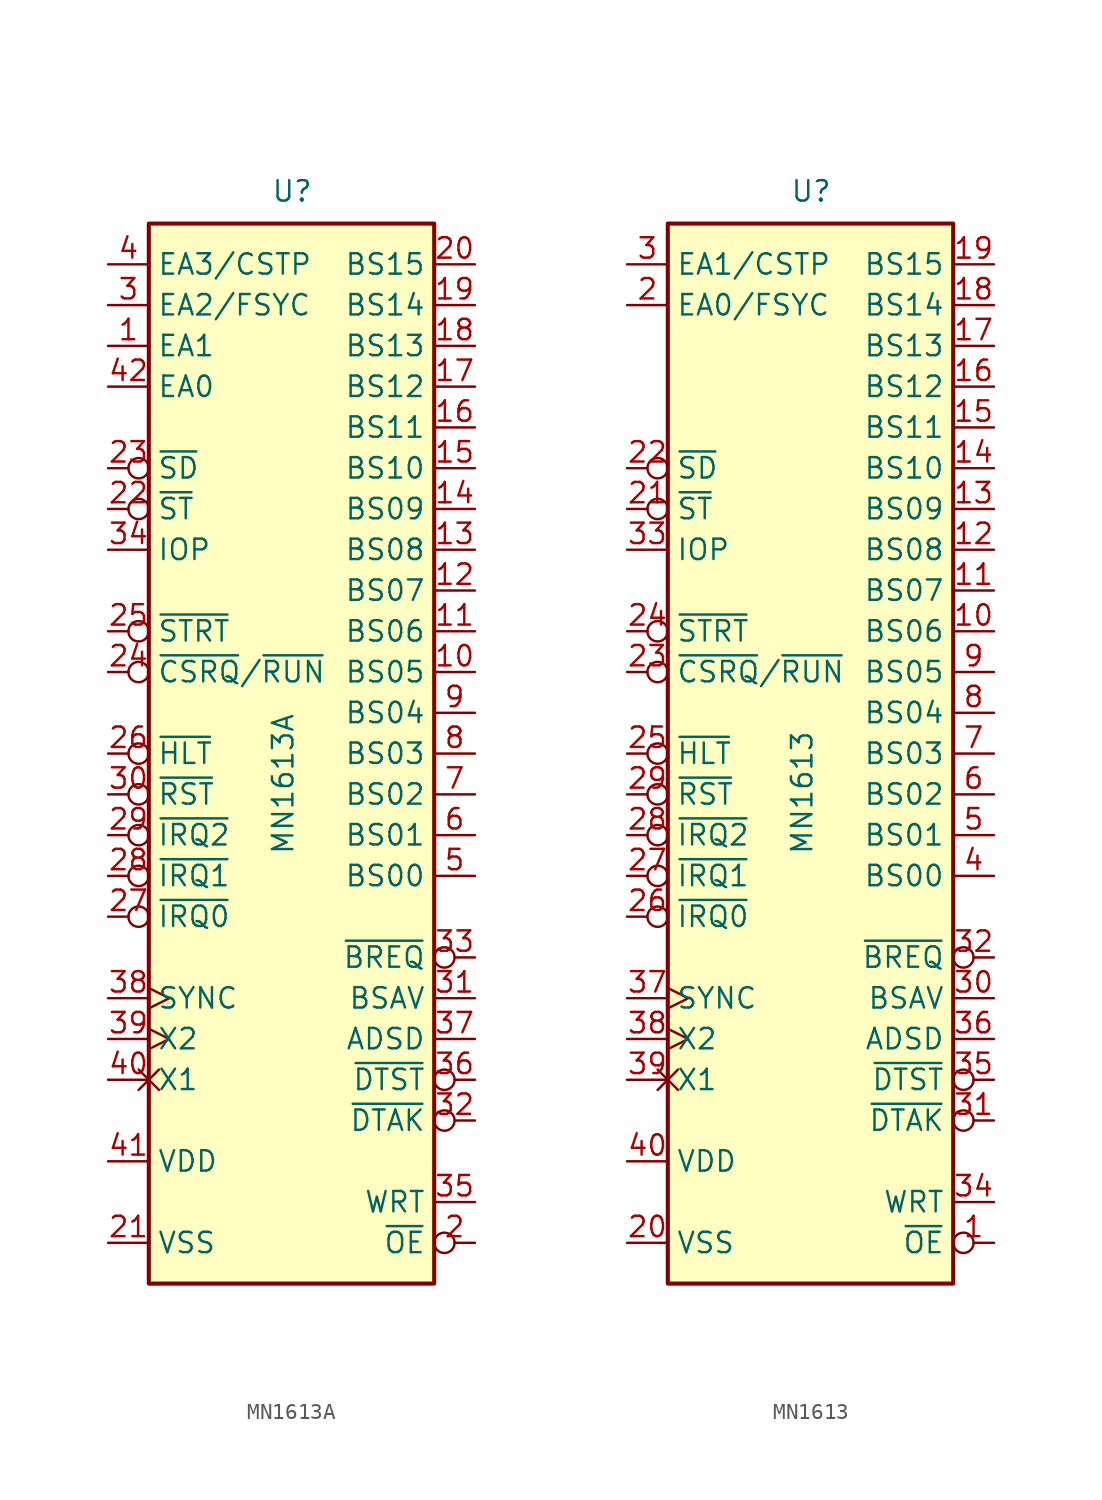
<source format=kicad_sym>
(kicad_symbol_lib
  (version 20220914)
  (generator kicad_symbol_editor)
  (symbol "MN1613A"
    (property "Reference" "U"
      (at -1.27 34.29 0)
      (effects (font (size 1.27 1.27)) (justify left bottom)))
    (property "Value" "MN1613A"
      (at -1.27 -6.35 90)
      (effects (font (size 1.27 1.27)) (justify left top)))
    (symbol "MN1613A_0_0"
      (pin output line (at -11.43 25.4 0) (length 2.54) (name "EA1" (effects (font (size 1.27 1.27)))) (number "1" (effects (font (size 1.27 1.27)))))
      (pin output line (at -11.43 22.86 0) (length 2.54) (name "EA0" (effects (font (size 1.27 1.27)))) (number "42" (effects (font (size 1.27 1.27))))))
    (symbol "MN1613A_0_1"
      (rectangle (start -8.89 -33.02) (end 8.89 33.02) (stroke (width 0.254) (type default)) (fill (type background))))
    (symbol "MN1613A_1_1"
      (pin output line (at 11.43 5.08 180) (length 2.54) (name "BS05" (effects (font (size 1.27 1.27)))) (number "10" (effects (font (size 1.27 1.27)))))
      (pin output line (at 11.43 7.62 180) (length 2.54) (name "BS06" (effects (font (size 1.27 1.27)))) (number "11" (effects (font (size 1.27 1.27)))))
      (pin output line (at 11.43 10.16 180) (length 2.54) (name "BS07" (effects (font (size 1.27 1.27)))) (number "12" (effects (font (size 1.27 1.27)))))
      (pin output line (at 11.43 12.7 180) (length 2.54) (name "BS08" (effects (font (size 1.27 1.27)))) (number "13" (effects (font (size 1.27 1.27)))))
      (pin output line (at 11.43 15.24 180) (length 2.54) (name "BS09" (effects (font (size 1.27 1.27)))) (number "14" (effects (font (size 1.27 1.27)))))
      (pin output line (at 11.43 17.78 180) (length 2.54) (name "BS10" (effects (font (size 1.27 1.27)))) (number "15" (effects (font (size 1.27 1.27)))))
      (pin output line (at 11.43 20.32 180) (length 2.54) (name "BS11" (effects (font (size 1.27 1.27)))) (number "16" (effects (font (size 1.27 1.27)))))
      (pin output line (at 11.43 22.86 180) (length 2.54) (name "BS12" (effects (font (size 1.27 1.27)))) (number "17" (effects (font (size 1.27 1.27)))))
      (pin output line (at 11.43 25.4 180) (length 2.54) (name "BS13" (effects (font (size 1.27 1.27)))) (number "18" (effects (font (size 1.27 1.27)))))
      (pin output line (at 11.43 27.94 180) (length 2.54) (name "BS14" (effects (font (size 1.27 1.27)))) (number "19" (effects (font (size 1.27 1.27)))))
      (pin output inverted (at 11.43 -30.48 180) (length 2.54) (name "~{OE}" (effects (font (size 1.27 1.27)))) (number "2" (effects (font (size 1.27 1.27)))))
      (pin output line (at 11.43 30.48 180) (length 2.54) (name "BS15" (effects (font (size 1.27 1.27)))) (number "20" (effects (font (size 1.27 1.27)))))
      (pin power_in line (at -11.43 -30.48 0) (length 2.54) (name "VSS" (effects (font (size 1.27 1.27)))) (number "21" (effects (font (size 1.27 1.27)))))
      (pin output inverted (at -11.43 15.24 0) (length 2.54) (name "~{ST}" (effects (font (size 1.27 1.27)))) (number "22" (effects (font (size 1.27 1.27)))))
      (pin output inverted (at -11.43 17.78 0) (length 2.54) (name "~{SD}" (effects (font (size 1.27 1.27)))) (number "23" (effects (font (size 1.27 1.27)))))
      (pin input inverted (at -11.43 5.08 0) (length 2.54) (name "~{CSRQ}/~{RUN}" (effects (font (size 1.27 1.27)))) (number "24" (effects (font (size 1.27 1.27)))))
      (pin input inverted (at -11.43 7.62 0) (length 2.54) (name "~{STRT}" (effects (font (size 1.27 1.27)))) (number "25" (effects (font (size 1.27 1.27)))))
      (pin input inverted (at -11.43 0 0) (length 2.54) (name "~{HLT}" (effects (font (size 1.27 1.27)))) (number "26" (effects (font (size 1.27 1.27)))))
      (pin input inverted (at -11.43 -10.16 0) (length 2.54) (name "~{IRQ0}" (effects (font (size 1.27 1.27)))) (number "27" (effects (font (size 1.27 1.27)))))
      (pin input inverted (at -11.43 -7.62 0) (length 2.54) (name "~{IRQ1}" (effects (font (size 1.27 1.27)))) (number "28" (effects (font (size 1.27 1.27)))))
      (pin input inverted (at -11.43 -5.08 0) (length 2.54) (name "~{IRQ2}" (effects (font (size 1.27 1.27)))) (number "29" (effects (font (size 1.27 1.27)))))
      (pin output line (at -11.43 27.94 0) (length 2.54) (name "EA2/FSYC" (effects (font (size 1.27 1.27)))) (number "3" (effects (font (size 1.27 1.27)))))
      (pin input inverted (at -11.43 -2.54 0) (length 2.54) (name "~{RST}" (effects (font (size 1.27 1.27)))) (number "30" (effects (font (size 1.27 1.27)))))
      (pin input line (at 11.43 -15.24 180) (length 2.54) (name "BSAV" (effects (font (size 1.27 1.27)))) (number "31" (effects (font (size 1.27 1.27)))))
      (pin input inverted (at 11.43 -22.86 180) (length 2.54) (name "~{DTAK}" (effects (font (size 1.27 1.27)))) (number "32" (effects (font (size 1.27 1.27)))))
      (pin output inverted (at 11.43 -12.7 180) (length 2.54) (name "~{BREQ}" (effects (font (size 1.27 1.27)))) (number "33" (effects (font (size 1.27 1.27)))))
      (pin output line (at -11.43 12.7 0) (length 2.54) (name "IOP" (effects (font (size 1.27 1.27)))) (number "34" (effects (font (size 1.27 1.27)))))
      (pin output line (at 11.43 -27.94 180) (length 2.54) (name "WRT" (effects (font (size 1.27 1.27)))) (number "35" (effects (font (size 1.27 1.27)))))
      (pin output inverted (at 11.43 -20.32 180) (length 2.54) (name "~{DTST}" (effects (font (size 1.27 1.27)))) (number "36" (effects (font (size 1.27 1.27)))))
      (pin output line (at 11.43 -17.78 180) (length 2.54) (name "ADSD" (effects (font (size 1.27 1.27)))) (number "37" (effects (font (size 1.27 1.27)))))
      (pin output clock (at -11.43 -15.24 0) (length 2.54) (name "SYNC" (effects (font (size 1.27 1.27)))) (number "38" (effects (font (size 1.27 1.27)))))
      (pin input clock (at -11.43 -17.78 0) (length 2.54) (name "X2" (effects (font (size 1.27 1.27)))) (number "39" (effects (font (size 1.27 1.27)))))
      (pin output line (at -11.43 30.48 0) (length 2.54) (name "EA3/CSTP" (effects (font (size 1.27 1.27)))) (number "4" (effects (font (size 1.27 1.27)))))
      (pin passive non_logic (at -11.43 -20.32 0) (length 2.54) (name "X1" (effects (font (size 1.27 1.27)))) (number "40" (effects (font (size 1.27 1.27)))))
      (pin power_in line (at -11.43 -25.4 0) (length 2.54) (name "VDD" (effects (font (size 1.27 1.27)))) (number "41" (effects (font (size 1.27 1.27)))))
      (pin output line (at 11.43 -7.62 180) (length 2.54) (name "BS00" (effects (font (size 1.27 1.27)))) (number "5" (effects (font (size 1.27 1.27)))))
      (pin output line (at 11.43 -5.08 180) (length 2.54) (name "BS01" (effects (font (size 1.27 1.27)))) (number "6" (effects (font (size 1.27 1.27)))))
      (pin output line (at 11.43 -2.54 180) (length 2.54) (name "BS02" (effects (font (size 1.27 1.27)))) (number "7" (effects (font (size 1.27 1.27)))))
      (pin output line (at 11.43 0 180) (length 2.54) (name "BS03" (effects (font (size 1.27 1.27)))) (number "8" (effects (font (size 1.27 1.27)))))
      (pin output line (at 11.43 2.54 180) (length 2.54) (name "BS04" (effects (font (size 1.27 1.27)))) (number "9" (effects (font (size 1.27 1.27)))))))
  (symbol "MN1613"
    (property "Reference" "U"
      (at -1.27 34.29 0)
      (effects (font (size 1.27 1.27)) (justify left bottom)))
    (property "Value" "MN1613"
      (at -1.27 -6.35 90)
      (effects (font (size 1.27 1.27)) (justify left top)))
    (symbol "MN1613_0_1"
      (rectangle (start -8.89 -33.02) (end 8.89 33.02) (stroke (width 0.254) (type default)) (fill (type background))))
    (symbol "MN1613_1_1"
      (pin output inverted (at 11.43 -30.48 180) (length 2.54) (name "~{OE}" (effects (font (size 1.27 1.27)))) (number "1" (effects (font (size 1.27 1.27)))))
      (pin output line (at 11.43 7.62 180) (length 2.54) (name "BS06" (effects (font (size 1.27 1.27)))) (number "10" (effects (font (size 1.27 1.27)))))
      (pin output line (at 11.43 10.16 180) (length 2.54) (name "BS07" (effects (font (size 1.27 1.27)))) (number "11" (effects (font (size 1.27 1.27)))))
      (pin output line (at 11.43 12.7 180) (length 2.54) (name "BS08" (effects (font (size 1.27 1.27)))) (number "12" (effects (font (size 1.27 1.27)))))
      (pin output line (at 11.43 15.24 180) (length 2.54) (name "BS09" (effects (font (size 1.27 1.27)))) (number "13" (effects (font (size 1.27 1.27)))))
      (pin output line (at 11.43 17.78 180) (length 2.54) (name "BS10" (effects (font (size 1.27 1.27)))) (number "14" (effects (font (size 1.27 1.27)))))
      (pin output line (at 11.43 20.32 180) (length 2.54) (name "BS11" (effects (font (size 1.27 1.27)))) (number "15" (effects (font (size 1.27 1.27)))))
      (pin output line (at 11.43 22.86 180) (length 2.54) (name "BS12" (effects (font (size 1.27 1.27)))) (number "16" (effects (font (size 1.27 1.27)))))
      (pin output line (at 11.43 25.4 180) (length 2.54) (name "BS13" (effects (font (size 1.27 1.27)))) (number "17" (effects (font (size 1.27 1.27)))))
      (pin output line (at 11.43 27.94 180) (length 2.54) (name "BS14" (effects (font (size 1.27 1.27)))) (number "18" (effects (font (size 1.27 1.27)))))
      (pin output line (at 11.43 30.48 180) (length 2.54) (name "BS15" (effects (font (size 1.27 1.27)))) (number "19" (effects (font (size 1.27 1.27)))))
      (pin output line (at -11.43 27.94 0) (length 2.54) (name "EA0/FSYC" (effects (font (size 1.27 1.27)))) (number "2" (effects (font (size 1.27 1.27)))))
      (pin power_in line (at -11.43 -30.48 0) (length 2.54) (name "VSS" (effects (font (size 1.27 1.27)))) (number "20" (effects (font (size 1.27 1.27)))))
      (pin output inverted (at -11.43 15.24 0) (length 2.54) (name "~{ST}" (effects (font (size 1.27 1.27)))) (number "21" (effects (font (size 1.27 1.27)))))
      (pin output inverted (at -11.43 17.78 0) (length 2.54) (name "~{SD}" (effects (font (size 1.27 1.27)))) (number "22" (effects (font (size 1.27 1.27)))))
      (pin input inverted (at -11.43 5.08 0) (length 2.54) (name "~{CSRQ}/~{RUN}" (effects (font (size 1.27 1.27)))) (number "23" (effects (font (size 1.27 1.27)))))
      (pin input inverted (at -11.43 7.62 0) (length 2.54) (name "~{STRT}" (effects (font (size 1.27 1.27)))) (number "24" (effects (font (size 1.27 1.27)))))
      (pin input inverted (at -11.43 0 0) (length 2.54) (name "~{HLT}" (effects (font (size 1.27 1.27)))) (number "25" (effects (font (size 1.27 1.27)))))
      (pin input inverted (at -11.43 -10.16 0) (length 2.54) (name "~{IRQ0}" (effects (font (size 1.27 1.27)))) (number "26" (effects (font (size 1.27 1.27)))))
      (pin input inverted (at -11.43 -7.62 0) (length 2.54) (name "~{IRQ1}" (effects (font (size 1.27 1.27)))) (number "27" (effects (font (size 1.27 1.27)))))
      (pin input inverted (at -11.43 -5.08 0) (length 2.54) (name "~{IRQ2}" (effects (font (size 1.27 1.27)))) (number "28" (effects (font (size 1.27 1.27)))))
      (pin input inverted (at -11.43 -2.54 0) (length 2.54) (name "~{RST}" (effects (font (size 1.27 1.27)))) (number "29" (effects (font (size 1.27 1.27)))))
      (pin output line (at -11.43 30.48 0) (length 2.54) (name "EA1/CSTP" (effects (font (size 1.27 1.27)))) (number "3" (effects (font (size 1.27 1.27)))))
      (pin input line (at 11.43 -15.24 180) (length 2.54) (name "BSAV" (effects (font (size 1.27 1.27)))) (number "30" (effects (font (size 1.27 1.27)))))
      (pin input inverted (at 11.43 -22.86 180) (length 2.54) (name "~{DTAK}" (effects (font (size 1.27 1.27)))) (number "31" (effects (font (size 1.27 1.27)))))
      (pin output inverted (at 11.43 -12.7 180) (length 2.54) (name "~{BREQ}" (effects (font (size 1.27 1.27)))) (number "32" (effects (font (size 1.27 1.27)))))
      (pin output line (at -11.43 12.7 0) (length 2.54) (name "IOP" (effects (font (size 1.27 1.27)))) (number "33" (effects (font (size 1.27 1.27)))))
      (pin output line (at 11.43 -27.94 180) (length 2.54) (name "WRT" (effects (font (size 1.27 1.27)))) (number "34" (effects (font (size 1.27 1.27)))))
      (pin output inverted (at 11.43 -20.32 180) (length 2.54) (name "~{DTST}" (effects (font (size 1.27 1.27)))) (number "35" (effects (font (size 1.27 1.27)))))
      (pin output line (at 11.43 -17.78 180) (length 2.54) (name "ADSD" (effects (font (size 1.27 1.27)))) (number "36" (effects (font (size 1.27 1.27)))))
      (pin output clock (at -11.43 -15.24 0) (length 2.54) (name "SYNC" (effects (font (size 1.27 1.27)))) (number "37" (effects (font (size 1.27 1.27)))))
      (pin input clock (at -11.43 -17.78 0) (length 2.54) (name "X2" (effects (font (size 1.27 1.27)))) (number "38" (effects (font (size 1.27 1.27)))))
      (pin passive non_logic (at -11.43 -20.32 0) (length 2.54) (name "X1" (effects (font (size 1.27 1.27)))) (number "39" (effects (font (size 1.27 1.27)))))
      (pin output line (at 11.43 -7.62 180) (length 2.54) (name "BS00" (effects (font (size 1.27 1.27)))) (number "4" (effects (font (size 1.27 1.27)))))
      (pin power_in line (at -11.43 -25.4 0) (length 2.54) (name "VDD" (effects (font (size 1.27 1.27)))) (number "40" (effects (font (size 1.27 1.27)))))
      (pin output line (at 11.43 -5.08 180) (length 2.54) (name "BS01" (effects (font (size 1.27 1.27)))) (number "5" (effects (font (size 1.27 1.27)))))
      (pin output line (at 11.43 -2.54 180) (length 2.54) (name "BS02" (effects (font (size 1.27 1.27)))) (number "6" (effects (font (size 1.27 1.27)))))
      (pin output line (at 11.43 0 180) (length 2.54) (name "BS03" (effects (font (size 1.27 1.27)))) (number "7" (effects (font (size 1.27 1.27)))))
      (pin output line (at 11.43 2.54 180) (length 2.54) (name "BS04" (effects (font (size 1.27 1.27)))) (number "8" (effects (font (size 1.27 1.27)))))
      (pin output line (at 11.43 5.08 180) (length 2.54) (name "BS05" (effects (font (size 1.27 1.27)))) (number "9" (effects (font (size 1.27 1.27))))))))
</source>
